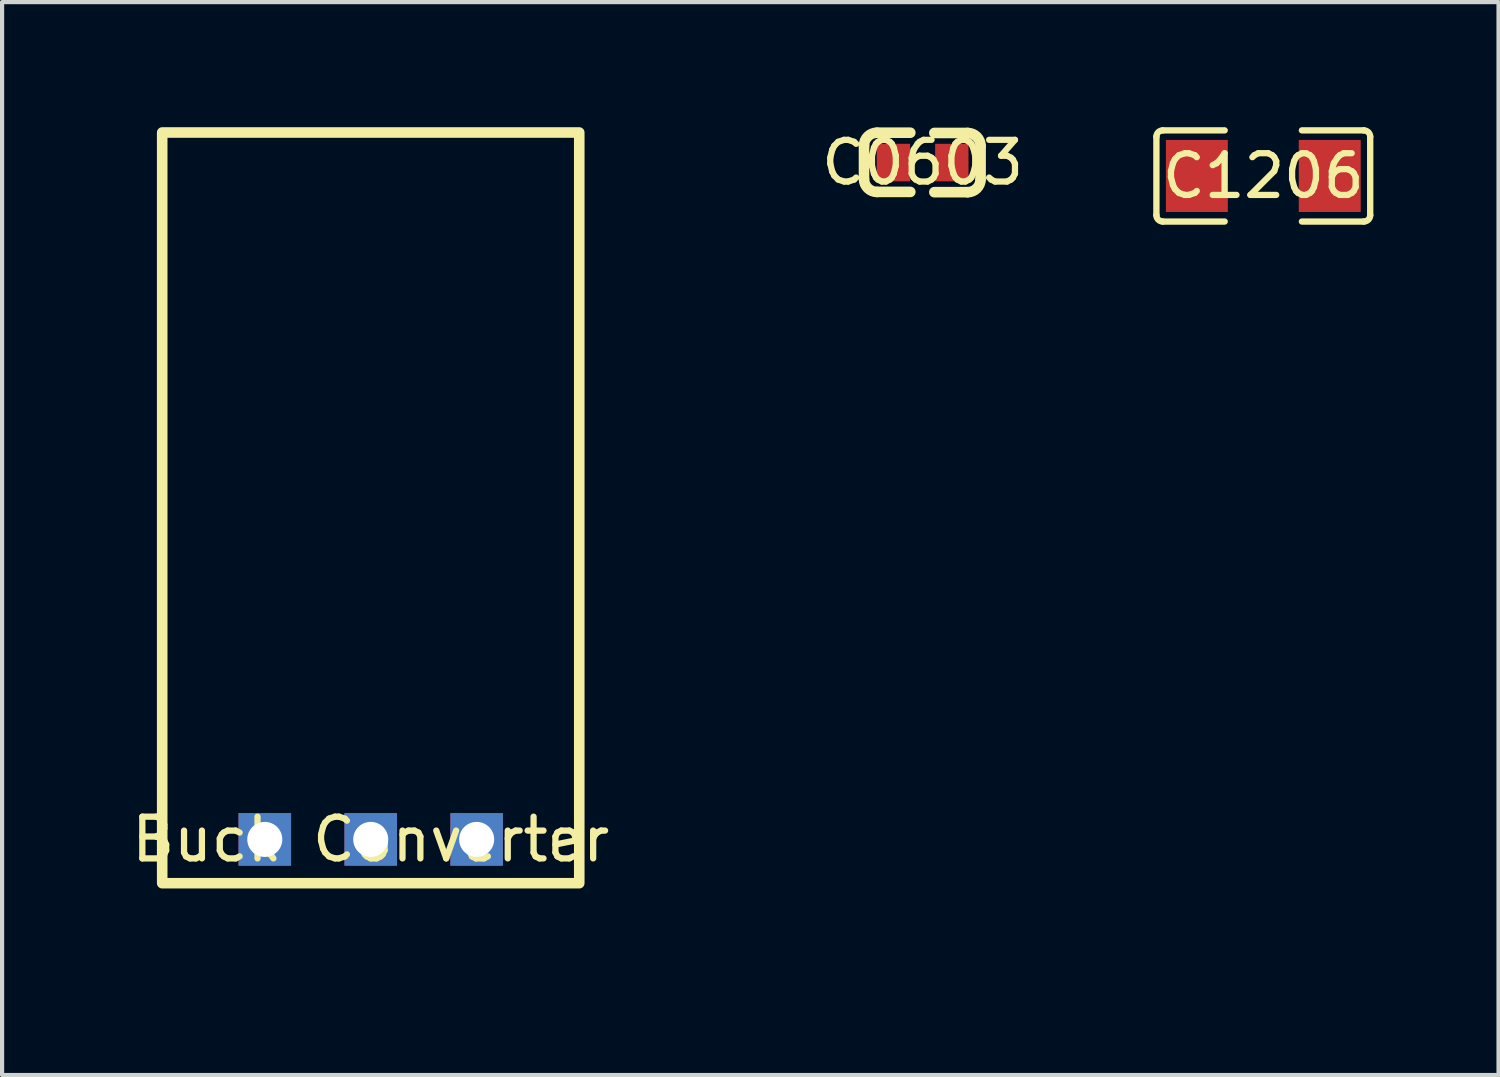
<source format=kicad_pcb>
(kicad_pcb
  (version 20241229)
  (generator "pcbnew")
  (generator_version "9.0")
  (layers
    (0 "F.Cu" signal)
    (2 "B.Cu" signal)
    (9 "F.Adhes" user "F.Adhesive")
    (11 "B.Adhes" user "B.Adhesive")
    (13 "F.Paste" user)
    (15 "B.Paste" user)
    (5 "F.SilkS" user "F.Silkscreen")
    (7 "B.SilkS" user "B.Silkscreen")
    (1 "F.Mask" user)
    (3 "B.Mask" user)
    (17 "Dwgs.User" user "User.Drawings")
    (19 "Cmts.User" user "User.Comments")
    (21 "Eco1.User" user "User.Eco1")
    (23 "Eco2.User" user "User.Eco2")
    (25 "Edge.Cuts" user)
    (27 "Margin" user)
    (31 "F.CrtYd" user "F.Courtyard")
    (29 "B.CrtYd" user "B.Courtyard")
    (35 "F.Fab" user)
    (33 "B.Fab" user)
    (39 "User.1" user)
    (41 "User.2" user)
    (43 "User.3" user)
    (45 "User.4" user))
  (footprint "C0603"
    (layer "F.Cu")
    (at 19.072 0.848)
    (property "Reference" "C0603" (at 0 0 0) (unlocked yes) (layer "F.SilkS") (effects (font (size 1 1) (thickness 0.15))))
    (fp_line (start -1.405 -0.406) (end -1.405 0.395) (stroke (width 0.254) (type default)) (layer "F.SilkS"))
    (fp_line (start -0.295 -0.716) (end -1.095 -0.716) (stroke (width 0.254) (type default)) (layer "F.SilkS"))
    (fp_line (start -0.295 0.704) (end -1.095 0.704) (stroke (width 0.254) (type default)) (layer "F.SilkS"))
    (fp_line (start 0.281 -0.71) (end 1.08 -0.71) (stroke (width 0.254) (type default)) (layer "F.SilkS"))
    (fp_line (start 0.281 0.71) (end 1.08 0.71) (stroke (width 0.254) (type default)) (layer "F.SilkS"))
    (fp_line (start 1.39 -0.4) (end 1.39 0.401) (stroke (width 0.254) (type default)) (layer "F.SilkS"))
    (fp_arc (start -1.4055 -0.4055) (mid -1.314703 -0.624703) (end -1.0955 -0.7155) (stroke (width 0.254) (type default)) (layer "F.SilkS"))
    (fp_arc (start -1.0955 0.704) (mid -1.31435 0.61335) (end -1.4055 0.3945) (stroke (width 0.254) (type default)) (layer "F.SilkS"))
    (fp_arc (start 1.08 -0.7095) (mid 1.29885 -0.61885) (end 1.39 -0.4) (stroke (width 0.254) (type default)) (layer "F.SilkS"))
    (fp_arc (start 1.39 0.4) (mid 1.299203 0.619203) (end 1.08 0.71) (stroke (width 0.254) (type default)) (layer "F.SilkS"))
    (fp_poly (pts (xy -0.8 0.4) (xy -0.8 -0.4) (xy -0.5 -0.4) (xy -0.5 0.4)) (stroke (width 0.1) (type default)) (fill no) (layer "User.1"))
    (fp_poly (pts (xy 0.8 0.4) (xy 0.8 -0.4) (xy 0.5 -0.4) (xy 0.5 0.4)) (stroke (width 0.1) (type default)) (fill no) (layer "User.1"))
    (fp_line (start -0.8 -0.4) (end 0.8 -0.4) (stroke (width 0.051) (type default)) (layer "User.2"))
    (fp_line (start -0.8 0.4) (end -0.8 -0.4) (stroke (width 0.051) (type default)) (layer "User.2"))
    (fp_line (start 0.8 -0.4) (end 0.8 0.4) (stroke (width 0.051) (type default)) (layer "User.2"))
    (fp_line (start 0.8 0.4) (end -0.8 0.4) (stroke (width 0.051) (type default)) (layer "User.2"))
    (fp_poly (pts (xy -0.74 0.4) (xy -0.758 0.358) (xy -0.8 0.34) (xy -0.842 0.358) (xy -0.86 0.4) (xy -0.842 0.442) (xy -0.8 0.46) (xy -0.758 0.442)) (stroke (width 0.1) (type default)) (fill no) (layer "User.3"))
    (pad "1" smd rect (at -0.7 0) (size 0.8 0.9) (layers "F.Cu" "F.Mask" "F.Paste"))
    (pad "2" smd rect (at 0.7 0) (size 0.8 0.9) (layers "F.Cu" "F.Mask" "F.Paste")))
  (footprint "Buck Converter"
    (layer "F.Cu")
    (at 5.839 17.077)
    (property "Reference" "Buck Converter" (at 0 0 0) (unlocked yes) (layer "F.SilkS") (effects (font (size 1 1) (thickness 0.15))))
    (fp_rect (start -5 -16.95) (end 5 1.05) (stroke (width 0.254) (type default)) (fill no) (layer "F.SilkS"))
    (fp_poly (pts (xy 0.32 0) (xy 0.301 -0.109) (xy 0.245 -0.206) (xy 0.16 -0.277) (xy 0.056 -0.315) (xy -0.056 -0.315) (xy -0.16 -0.277) (xy -0.245 -0.206) (xy -0.301 -0.109) (xy -0.32 0) (xy -0.301 0.109) (xy -0.245 0.206) (xy -0.16 0.277) (xy -0.056 0.315) (xy 0.056 0.315) (xy 0.16 0.277) (xy 0.245 0.206) (xy 0.301 0.109)) (stroke (width 0.1) (type default)) (fill no) (layer "User.1"))
    (fp_poly (pts (xy 2.86 0) (xy 2.841 -0.109) (xy 2.785 -0.206) (xy 2.7 -0.277) (xy 2.596 -0.315) (xy 2.484 -0.315) (xy 2.38 -0.277) (xy 2.295 -0.206) (xy 2.239 -0.109) (xy 2.22 0) (xy 2.239 0.109) (xy 2.295 0.206) (xy 2.38 0.277) (xy 2.484 0.315) (xy 2.596 0.315) (xy 2.7 0.277) (xy 2.785 0.206) (xy 2.841 0.109)) (stroke (width 0.1) (type default)) (fill no) (layer "User.1"))
    (fp_poly (pts (xy 5.4 0) (xy 5.381 -0.109) (xy 5.325 -0.206) (xy 5.24 -0.277) (xy 5.136 -0.315) (xy 5.024 -0.315) (xy 4.92 -0.277) (xy 4.835 -0.206) (xy 4.779 -0.109) (xy 4.76 0) (xy 4.779 0.109) (xy 4.835 0.206) (xy 4.92 0.277) (xy 5.024 0.315) (xy 5.136 0.315) (xy 5.24 0.277) (xy 5.325 0.206) (xy 5.381 0.109)) (stroke (width 0.1) (type default)) (fill no) (layer "User.1"))
    (fp_line (start -2.61 -2.54) (end -2.61 2.54) (stroke (width 0.025) (type default)) (layer "User.2"))
    (fp_line (start -2.61 2.54) (end 7.69 2.54) (stroke (width 0.025) (type default)) (layer "User.2"))
    (fp_line (start 7.69 -2.54) (end -2.61 -2.54) (stroke (width 0.025) (type default)) (layer "User.2"))
    (fp_line (start 7.69 2.54) (end 7.69 -2.54) (stroke (width 0.025) (type default)) (layer "User.2"))
    (fp_poly (pts (xy -2.55 2.54) (xy -2.568 2.498) (xy -2.61 2.48) (xy -2.652 2.498) (xy -2.67 2.54) (xy -2.652 2.582) (xy -2.61 2.6) (xy -2.568 2.582)) (stroke (width 0.1) (type default)) (fill no) (layer "User.3"))
    (pad "1" thru_hole rect (at -2.54 0) (size 1.26 1.26) (drill 0.84) (layers "*.Cu" "*.Mask"))
    (pad "2" thru_hole rect (at 0 0) (size 1.26 1.26) (drill 0.84) (layers "*.Cu" "*.Mask"))
    (pad "3" thru_hole rect (at 2.54 0) (size 1.26 1.26) (drill 0.84) (layers "*.Cu" "*.Mask"))
    (zone (net_name "") (layer "F.Cu") (hatch edge 0.5) (connect_pads) (min_thickness 0.25) (filled_areas_thickness no) (keepout (tracks allowed) (vias allowed) (pads allowed) (copperpour allowed) (footprints not_allowed)) (placement (enabled no)) (fill) (polygon (pts (xy 10.839 18.127) (xy 0.839 18.127) (xy 0.839 0.127) (xy 10.839 0.127)))))
  (footprint "C1206"
    (layer "F.Cu")
    (at 27.241 1.169)
    (property "Reference" "C1206" (at 0 0 0) (unlocked yes) (layer "F.SilkS") (effects (font (size 1 1) (thickness 0.15))))
    (fp_line (start -2.563 0.94) (end -2.563 -0.94) (stroke (width 0.152) (type default)) (layer "F.SilkS"))
    (fp_line (start -2.411 -1.093) (end -0.926 -1.093) (stroke (width 0.152) (type default)) (layer "F.SilkS"))
    (fp_line (start -0.926 1.093) (end -2.411 1.093) (stroke (width 0.152) (type default)) (layer "F.SilkS"))
    (fp_line (start 0.926 1.093) (end 2.411 1.093) (stroke (width 0.152) (type default)) (layer "F.SilkS"))
    (fp_line (start 2.411 -1.093) (end 0.926 -1.093) (stroke (width 0.152) (type default)) (layer "F.SilkS"))
    (fp_line (start 2.563 0.94) (end 2.563 -0.94) (stroke (width 0.152) (type default)) (layer "F.SilkS"))
    (fp_arc (start -2.5635 -0.94) (mid -2.518834 -1.047834) (end -2.411 -1.0925) (stroke (width 0.1525) (type default)) (layer "F.SilkS"))
    (fp_arc (start -2.411 1.0925) (mid -2.518834 1.047834) (end -2.5635 0.94) (stroke (width 0.1525) (type default)) (layer "F.SilkS"))
    (fp_arc (start 2.411 -1.0925) (mid 2.518834 -1.047834) (end 2.5635 -0.94) (stroke (width 0.1525) (type default)) (layer "F.SilkS"))
    (fp_arc (start 2.5635 0.94) (mid 2.518834 1.047834) (end 2.411 1.0925) (stroke (width 0.1525) (type default)) (layer "F.SilkS"))
    (fp_poly (pts (xy -0.85 0.764) (xy -0.85 0.394) (xy -0.95 0.294) (xy -1.255 0.294) (xy -1.355 0.194) (xy -1.355 -0.194) (xy -1.255 -0.294) (xy -0.95 -0.294) (xy -0.85 -0.394) (xy -0.85 -0.764) (xy -0.95 -0.864) (xy -2.235 -0.864) (xy -2.335 -0.764) (xy -2.335 0.764) (xy -2.235 0.864) (xy -0.95 0.864)) (stroke (width 0) (type default)) (fill yes) (layer "F.Paste"))
    (fp_poly (pts (xy 0.85 0.764) (xy 0.85 0.394) (xy 0.95 0.294) (xy 1.255 0.294) (xy 1.355 0.194) (xy 1.355 -0.194) (xy 1.255 -0.294) (xy 0.95 -0.294) (xy 0.85 -0.394) (xy 0.85 -0.764) (xy 0.95 -0.864) (xy 2.235 -0.864) (xy 2.335 -0.764) (xy 2.335 0.764) (xy 2.235 0.864) (xy 0.95 0.864)) (stroke (width 0) (type default)) (fill yes) (layer "F.Paste"))
    (fp_poly (pts (xy -1.6 0.8) (xy -1.6 -0.8) (xy -1.1 -0.8) (xy -1.1 0.8)) (stroke (width 0.1) (type default)) (fill no) (layer "User.1"))
    (fp_poly (pts (xy 1.6 0.8) (xy 1.6 -0.8) (xy 1.1 -0.8) (xy 1.1 0.8)) (stroke (width 0.1) (type default)) (fill no) (layer "User.1"))
    (fp_line (start -1.6 -0.8) (end 1.6 -0.8) (stroke (width 0.051) (type default)) (layer "User.2"))
    (fp_line (start -1.6 0.8) (end -1.6 -0.8) (stroke (width 0.051) (type default)) (layer "User.2"))
    (fp_line (start 1.6 -0.8) (end 1.6 0.8) (stroke (width 0.051) (type default)) (layer "User.2"))
    (fp_line (start 1.6 0.8) (end -1.6 0.8) (stroke (width 0.051) (type default)) (layer "User.2"))
    (fp_poly (pts (xy -1.54 0.8) (xy -1.558 0.758) (xy -1.6 0.74) (xy -1.642 0.758) (xy -1.66 0.8) (xy -1.642 0.842) (xy -1.6 0.86) (xy -1.558 0.842)) (stroke (width 0.1) (type default)) (fill no) (layer "User.3"))
    (pad "1" smd rect (at -1.593 0) (size 1.485 1.728) (layers "F.Cu" "F.Mask" "F.Paste"))
    (pad "2" smd rect (at 1.593 0) (size 1.485 1.728) (layers "F.Cu" "F.Mask" "F.Paste")))
  (gr_rect
    (start -3 -3)
    (end 32.881 22.727)
    (stroke (width 0.1) (type default))
    (fill no)
    (layer "Edge.Cuts")))
</source>
